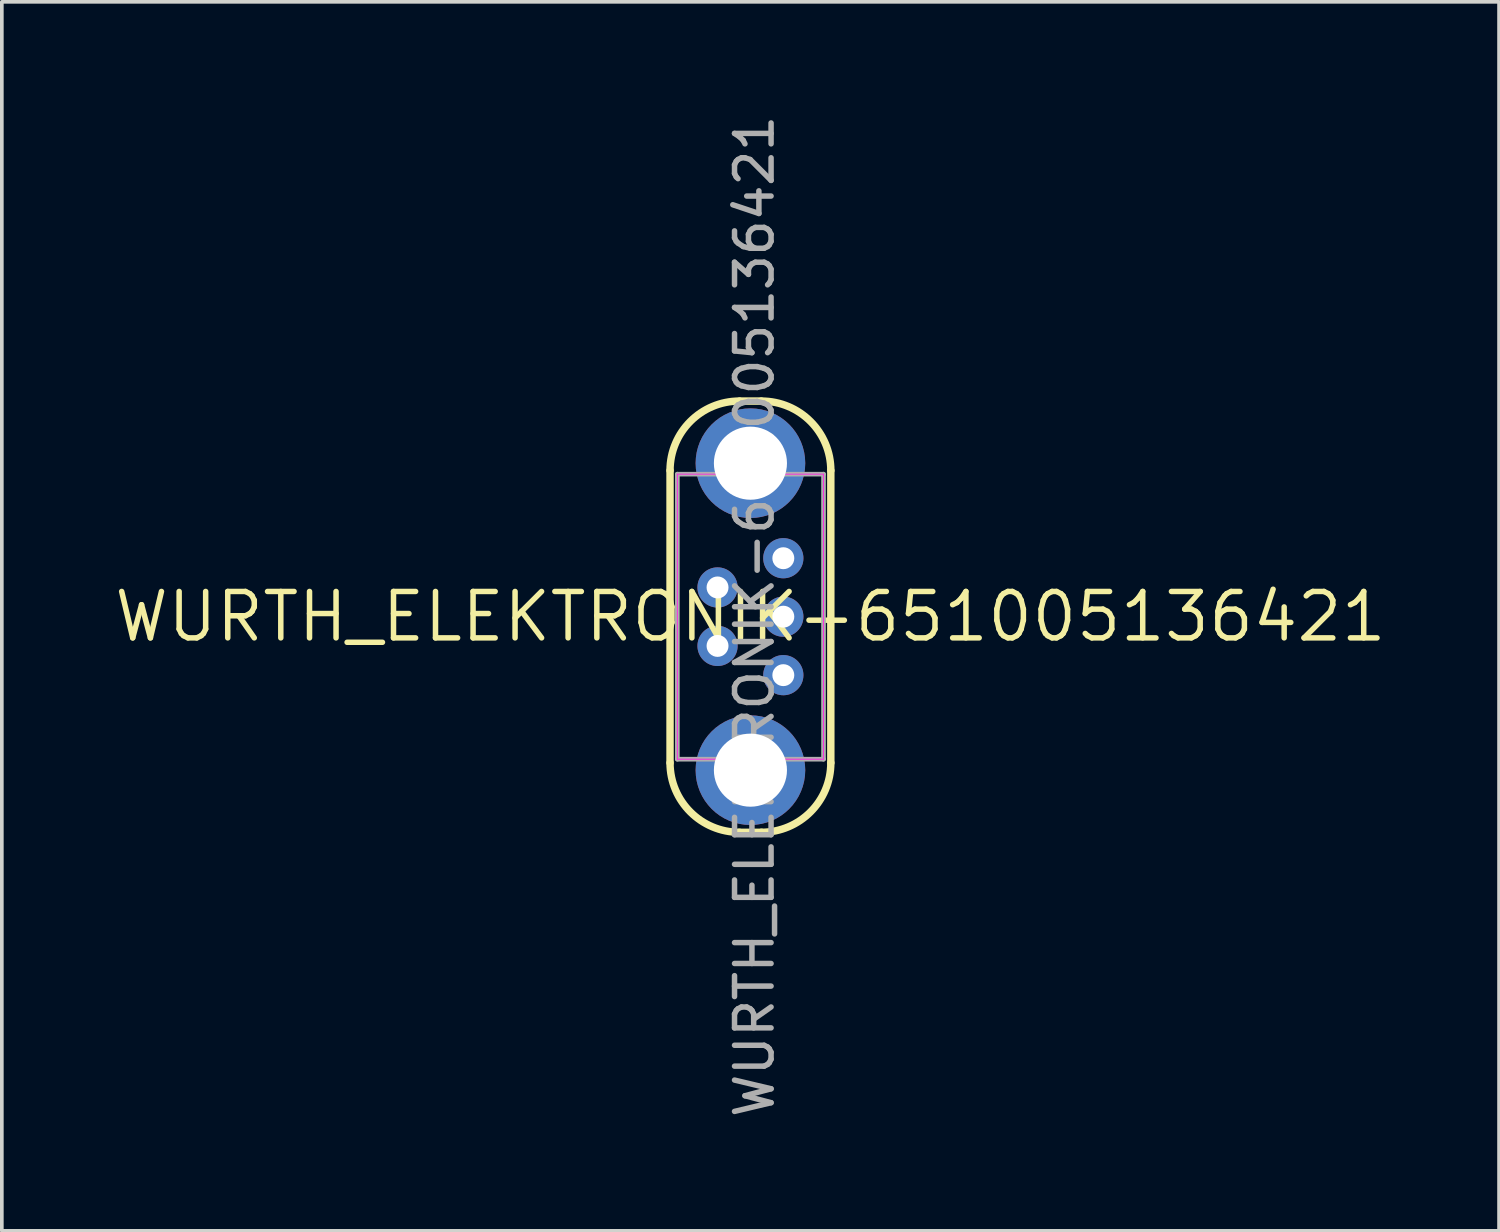
<source format=kicad_pcb>
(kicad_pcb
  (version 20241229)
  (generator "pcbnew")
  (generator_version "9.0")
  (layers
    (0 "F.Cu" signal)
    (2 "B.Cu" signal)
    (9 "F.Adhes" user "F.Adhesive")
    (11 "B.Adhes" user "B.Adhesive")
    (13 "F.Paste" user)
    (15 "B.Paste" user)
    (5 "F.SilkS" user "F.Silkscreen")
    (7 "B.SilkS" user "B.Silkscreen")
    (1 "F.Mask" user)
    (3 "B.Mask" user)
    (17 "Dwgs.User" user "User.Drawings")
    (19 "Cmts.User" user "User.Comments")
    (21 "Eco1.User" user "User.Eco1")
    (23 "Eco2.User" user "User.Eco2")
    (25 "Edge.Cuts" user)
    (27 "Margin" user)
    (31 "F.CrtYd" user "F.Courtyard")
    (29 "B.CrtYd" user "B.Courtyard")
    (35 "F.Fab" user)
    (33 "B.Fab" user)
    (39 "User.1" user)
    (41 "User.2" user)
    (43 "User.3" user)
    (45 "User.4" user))
  (footprint "WURTH_ELEKTRONIK-651005136421"
    (layer "F.Cu")
    (at 17.485 13.825)
    (property "Reference" "WURTH_ELEKTRONIK-651005136421" (at 0 0 0) (layer "F.SilkS") (effects (font (size 1.27 1.27) (thickness 0.15))))
    (fp_line (start -2.2 -4) (end -2.2 4) (stroke (width 0.203) (type solid)) (layer "F.SilkS"))
    (fp_line (start -0.3 5.9) (end 0.3 5.9) (stroke (width 0.203) (type solid)) (layer "F.SilkS"))
    (fp_line (start 0.3 -5.9) (end -0.3 -5.9) (stroke (width 0.203) (type solid)) (layer "F.SilkS"))
    (fp_line (start 2.2 4) (end 2.2 -4) (stroke (width 0.203) (type solid)) (layer "F.SilkS"))
    (fp_arc (start -2.2 -4) (mid -1.643503 -5.343503) (end -0.3 -5.9) (stroke (width 0.2032) (type solid)) (layer "F.SilkS"))
    (fp_arc (start -0.3 5.9) (mid -1.643503 5.343503) (end -2.2 4) (stroke (width 0.2032) (type solid)) (layer "F.SilkS"))
    (fp_arc (start 0.3 -5.9) (mid 1.643503 -5.343503) (end 2.2 -4) (stroke (width 0.2032) (type solid)) (layer "F.SilkS"))
    (fp_arc (start 2.2 4) (mid 1.643503 5.343503) (end 0.3 5.9) (stroke (width 0.2032) (type solid)) (layer "F.SilkS"))
    (fp_line (start -2 -3.9) (end -2 3.9) (stroke (width 0.025) (type solid)) (layer "F.CrtYd"))
    (fp_line (start -2 3.9) (end 2 3.9) (stroke (width 0.025) (type solid)) (layer "F.CrtYd"))
    (fp_line (start 2 -3.9) (end -2 -3.9) (stroke (width 0.025) (type solid)) (layer "F.CrtYd"))
    (fp_line (start 2 3.9) (end 2 -3.9) (stroke (width 0.025) (type solid)) (layer "F.CrtYd"))
    (fp_line (start -2 -3.9) (end -2 3.9) (stroke (width 0.127) (type solid)) (layer "F.Fab"))
    (fp_line (start -2 3.9) (end 2 3.9) (stroke (width 0.127) (type solid)) (layer "F.Fab"))
    (fp_line (start 2 -3.9) (end -2 -3.9) (stroke (width 0.127) (type solid)) (layer "F.Fab"))
    (fp_line (start 2 3.9) (end 2 -3.9) (stroke (width 0.127) (type solid)) (layer "F.Fab"))
    (fp_text user "${REFERENCE}" (at 0.11 -0.01 90) (unlocked yes) (layer "F.Fab") (effects (font (size 1 1) (thickness 0.15))))
    (pad "1" thru_hole circle (at 0.9 1.6) (size 1.1 1.1) (drill 0.6) (layers "*.Cu" "*.Mask"))
    (pad "2" thru_hole circle (at -0.9 0.8) (size 1.1 1.1) (drill 0.6) (layers "*.Cu" "*.Mask"))
    (pad "3" thru_hole circle (at 0.9 0) (size 1.1 1.1) (drill 0.6) (layers "*.Cu" "*.Mask"))
    (pad "4" thru_hole circle (at -0.9 -0.8) (size 1.1 1.1) (drill 0.6) (layers "*.Cu" "*.Mask"))
    (pad "5" thru_hole circle (at 0.9 -1.6) (size 1.1 1.1) (drill 0.6) (layers "*.Cu" "*.Mask"))
    (pad "6" thru_hole circle (at 0 -4.2) (size 3 3) (drill 2) (layers "*.Cu" "*.Mask"))
    (pad "6" thru_hole circle (at 0 4.2) (size 3 3) (drill 2) (layers "*.Cu" "*.Mask")))
  (gr_rect
    (start -3 -3)
    (end 37.97 30.631)
    (stroke (width 0.1) (type default))
    (fill no)
    (layer "Edge.Cuts")))
</source>
